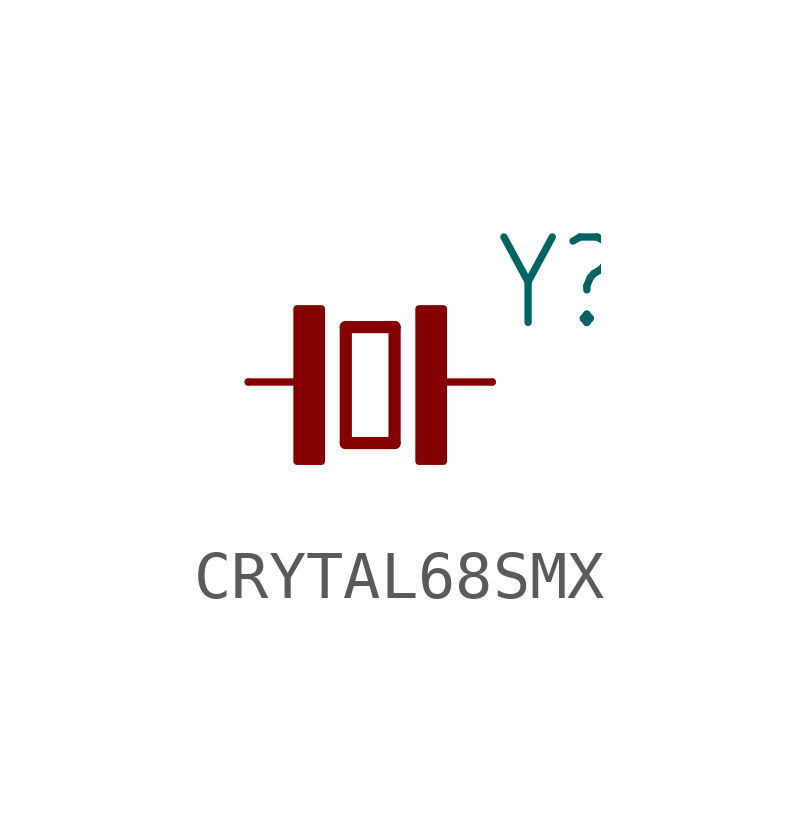
<source format=kicad_sym>
(kicad_symbol_lib
  (version 20231120)
  (generator "kicad_symbol_editor")
  (generator_version "8.0")
  (symbol "CRYTAL68SMX"
    (property "Reference" "Y"
      (at 2.54 1.016 0)
      (effects (font (size 1.778 1.511)) (justify left bottom)))
    (property "Value" ""
      (at 2.54 -2.54 0)
      (effects (font (size 1.778 1.511)) (justify left bottom)))
    (property "ki_locked" ""
      (at 0 0 0)
      (effects (font (size 1.27 1.27))))
    (symbol "CRYTAL68SMX_1_0"
      (rectangle (start -1.524 -1.651) (end -1.016 1.524) (stroke (width 0) (type default)) (fill (type outline)))
      (polyline (pts (xy -2.54 0) (xy -1.143 0)) (stroke (width 0.152) (type solid)) (fill (type none)))
      (polyline (pts (xy -0.508 -1.27) (xy 0.508 -1.27)) (stroke (width 0.254) (type solid)) (fill (type none)))
      (polyline (pts (xy -0.508 1.143) (xy -0.508 -1.27)) (stroke (width 0.254) (type solid)) (fill (type none)))
      (polyline (pts (xy 0.508 -1.27) (xy 0.508 1.143)) (stroke (width 0.254) (type solid)) (fill (type none)))
      (polyline (pts (xy 0.508 1.143) (xy -0.508 1.143)) (stroke (width 0.254) (type solid)) (fill (type none)))
      (polyline (pts (xy 1.143 0) (xy 2.54 0)) (stroke (width 0.152) (type solid)) (fill (type none)))
      (rectangle (start 1.016 -1.651) (end 1.524 1.524) (stroke (width 0) (type default)) (fill (type outline)))
      (pin passive line (at -2.54 0 0) (length 0) (name "1" (effects (font (size 0 0)))) (number "1" (effects (font (size 0 0)))))
      (pin passive line (at 2.54 0 180) (length 0) (name "2" (effects (font (size 0 0)))) (number "4" (effects (font (size 0 0))))))))
</source>
